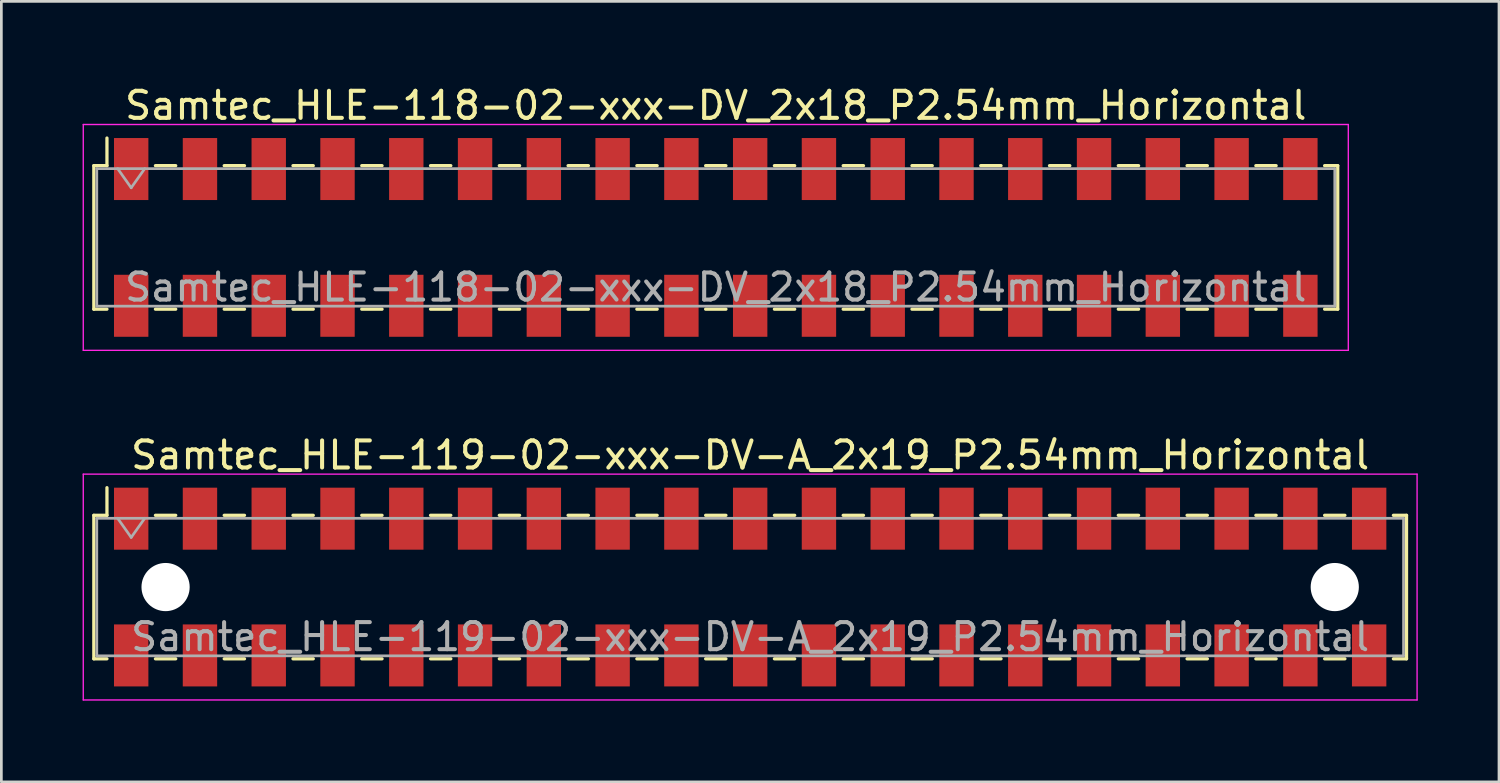
<source format=kicad_pcb>
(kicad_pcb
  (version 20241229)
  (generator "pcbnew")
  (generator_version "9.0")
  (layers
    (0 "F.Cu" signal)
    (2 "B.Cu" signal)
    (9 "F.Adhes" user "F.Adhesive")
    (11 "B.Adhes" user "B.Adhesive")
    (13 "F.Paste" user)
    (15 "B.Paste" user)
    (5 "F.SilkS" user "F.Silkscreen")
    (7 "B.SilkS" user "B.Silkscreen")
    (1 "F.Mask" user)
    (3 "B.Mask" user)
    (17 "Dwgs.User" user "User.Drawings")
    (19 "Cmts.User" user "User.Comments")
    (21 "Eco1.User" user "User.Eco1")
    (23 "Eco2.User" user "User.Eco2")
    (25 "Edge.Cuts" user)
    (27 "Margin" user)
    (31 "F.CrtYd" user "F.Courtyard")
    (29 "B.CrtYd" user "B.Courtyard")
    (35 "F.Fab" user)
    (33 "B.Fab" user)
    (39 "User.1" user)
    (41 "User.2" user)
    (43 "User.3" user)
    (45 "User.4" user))
  (footprint "Samtec_HLE-118-02-xxx-DV_2x18_P2.54mm_Horizontal"
    (layer "F.Cu")
    (at 23.385 5.718)
    (property "Reference" "Samtec_HLE-118-02-xxx-DV_2x18_P2.54mm_Horizontal" (at 0 -4.87 0) (layer "F.SilkS") (effects (font (size 1 1) (thickness 0.15))))
    (attr smd)
    (fp_line (start -22.97 -2.65) (end -22.97 2.65) (stroke (width 0.12) (type solid)) (layer "F.SilkS"))
    (fp_line (start -22.97 2.65) (end -22.485 2.65) (stroke (width 0.12) (type solid)) (layer "F.SilkS"))
    (fp_line (start -22.485 -3.67) (end -22.485 -2.65) (stroke (width 0.12) (type solid)) (layer "F.SilkS"))
    (fp_line (start -22.485 -2.65) (end -22.97 -2.65) (stroke (width 0.12) (type solid)) (layer "F.SilkS"))
    (fp_line (start -20.695 -2.65) (end -19.945 -2.65) (stroke (width 0.12) (type solid)) (layer "F.SilkS"))
    (fp_line (start -20.695 2.65) (end -19.945 2.65) (stroke (width 0.12) (type solid)) (layer "F.SilkS"))
    (fp_line (start -18.155 -2.65) (end -17.405 -2.65) (stroke (width 0.12) (type solid)) (layer "F.SilkS"))
    (fp_line (start -18.155 2.65) (end -17.405 2.65) (stroke (width 0.12) (type solid)) (layer "F.SilkS"))
    (fp_line (start -15.615 -2.65) (end -14.865 -2.65) (stroke (width 0.12) (type solid)) (layer "F.SilkS"))
    (fp_line (start -15.615 2.65) (end -14.865 2.65) (stroke (width 0.12) (type solid)) (layer "F.SilkS"))
    (fp_line (start -13.075 -2.65) (end -12.325 -2.65) (stroke (width 0.12) (type solid)) (layer "F.SilkS"))
    (fp_line (start -13.075 2.65) (end -12.325 2.65) (stroke (width 0.12) (type solid)) (layer "F.SilkS"))
    (fp_line (start -10.535 -2.65) (end -9.785 -2.65) (stroke (width 0.12) (type solid)) (layer "F.SilkS"))
    (fp_line (start -10.535 2.65) (end -9.785 2.65) (stroke (width 0.12) (type solid)) (layer "F.SilkS"))
    (fp_line (start -7.995 -2.65) (end -7.245 -2.65) (stroke (width 0.12) (type solid)) (layer "F.SilkS"))
    (fp_line (start -7.995 2.65) (end -7.245 2.65) (stroke (width 0.12) (type solid)) (layer "F.SilkS"))
    (fp_line (start -5.455 -2.65) (end -4.705 -2.65) (stroke (width 0.12) (type solid)) (layer "F.SilkS"))
    (fp_line (start -5.455 2.65) (end -4.705 2.65) (stroke (width 0.12) (type solid)) (layer "F.SilkS"))
    (fp_line (start -2.915 -2.65) (end -2.165 -2.65) (stroke (width 0.12) (type solid)) (layer "F.SilkS"))
    (fp_line (start -2.915 2.65) (end -2.165 2.65) (stroke (width 0.12) (type solid)) (layer "F.SilkS"))
    (fp_line (start -0.375 -2.65) (end 0.375 -2.65) (stroke (width 0.12) (type solid)) (layer "F.SilkS"))
    (fp_line (start -0.375 2.65) (end 0.375 2.65) (stroke (width 0.12) (type solid)) (layer "F.SilkS"))
    (fp_line (start 2.165 -2.65) (end 2.915 -2.65) (stroke (width 0.12) (type solid)) (layer "F.SilkS"))
    (fp_line (start 2.165 2.65) (end 2.915 2.65) (stroke (width 0.12) (type solid)) (layer "F.SilkS"))
    (fp_line (start 4.705 -2.65) (end 5.455 -2.65) (stroke (width 0.12) (type solid)) (layer "F.SilkS"))
    (fp_line (start 4.705 2.65) (end 5.455 2.65) (stroke (width 0.12) (type solid)) (layer "F.SilkS"))
    (fp_line (start 7.245 -2.65) (end 7.995 -2.65) (stroke (width 0.12) (type solid)) (layer "F.SilkS"))
    (fp_line (start 7.245 2.65) (end 7.995 2.65) (stroke (width 0.12) (type solid)) (layer "F.SilkS"))
    (fp_line (start 9.785 -2.65) (end 10.535 -2.65) (stroke (width 0.12) (type solid)) (layer "F.SilkS"))
    (fp_line (start 9.785 2.65) (end 10.535 2.65) (stroke (width 0.12) (type solid)) (layer "F.SilkS"))
    (fp_line (start 12.325 -2.65) (end 13.075 -2.65) (stroke (width 0.12) (type solid)) (layer "F.SilkS"))
    (fp_line (start 12.325 2.65) (end 13.075 2.65) (stroke (width 0.12) (type solid)) (layer "F.SilkS"))
    (fp_line (start 14.865 -2.65) (end 15.615 -2.65) (stroke (width 0.12) (type solid)) (layer "F.SilkS"))
    (fp_line (start 14.865 2.65) (end 15.615 2.65) (stroke (width 0.12) (type solid)) (layer "F.SilkS"))
    (fp_line (start 17.405 -2.65) (end 18.155 -2.65) (stroke (width 0.12) (type solid)) (layer "F.SilkS"))
    (fp_line (start 17.405 2.65) (end 18.155 2.65) (stroke (width 0.12) (type solid)) (layer "F.SilkS"))
    (fp_line (start 19.945 -2.65) (end 20.695 -2.65) (stroke (width 0.12) (type solid)) (layer "F.SilkS"))
    (fp_line (start 19.945 2.65) (end 20.695 2.65) (stroke (width 0.12) (type solid)) (layer "F.SilkS"))
    (fp_line (start 22.485 -2.65) (end 22.97 -2.65) (stroke (width 0.12) (type solid)) (layer "F.SilkS"))
    (fp_line (start 22.97 -2.65) (end 22.97 2.65) (stroke (width 0.12) (type solid)) (layer "F.SilkS"))
    (fp_line (start 22.97 2.65) (end 22.485 2.65) (stroke (width 0.12) (type solid)) (layer "F.SilkS"))
    (fp_line (start -23.36 -4.17) (end 23.36 -4.17) (stroke (width 0.05) (type solid)) (layer "F.CrtYd"))
    (fp_line (start -23.36 4.17) (end -23.36 -4.17) (stroke (width 0.05) (type solid)) (layer "F.CrtYd"))
    (fp_line (start 23.36 -4.17) (end 23.36 4.17) (stroke (width 0.05) (type solid)) (layer "F.CrtYd"))
    (fp_line (start 23.36 4.17) (end -23.36 4.17) (stroke (width 0.05) (type solid)) (layer "F.CrtYd"))
    (fp_line (start -22.86 -2.54) (end 22.86 -2.54) (stroke (width 0.1) (type solid)) (layer "F.Fab"))
    (fp_line (start -22.86 2.54) (end -22.86 -2.54) (stroke (width 0.1) (type solid)) (layer "F.Fab"))
    (fp_line (start -22.09 -2.54) (end -21.59 -1.833) (stroke (width 0.1) (type solid)) (layer "F.Fab"))
    (fp_line (start -21.59 -1.833) (end -21.09 -2.54) (stroke (width 0.1) (type solid)) (layer "F.Fab"))
    (fp_line (start 22.86 -2.54) (end 22.86 2.54) (stroke (width 0.1) (type solid)) (layer "F.Fab"))
    (fp_line (start 22.86 2.54) (end -22.86 2.54) (stroke (width 0.1) (type solid)) (layer "F.Fab"))
    (fp_text user "${REFERENCE}" (at 0 1.84 0) (layer "F.Fab") (effects (font (size 1 1) (thickness 0.15))))
    (pad "1" smd rect (at -21.59 -2.525) (size 1.27 2.29) (layers "F.Cu" "F.Mask" "F.Paste"))
    (pad "2" smd rect (at -21.59 2.525) (size 1.27 2.29) (layers "F.Cu" "F.Mask" "F.Paste"))
    (pad "3" smd rect (at -19.05 -2.525) (size 1.27 2.29) (layers "F.Cu" "F.Mask" "F.Paste"))
    (pad "4" smd rect (at -19.05 2.525) (size 1.27 2.29) (layers "F.Cu" "F.Mask" "F.Paste"))
    (pad "5" smd rect (at -16.51 -2.525) (size 1.27 2.29) (layers "F.Cu" "F.Mask" "F.Paste"))
    (pad "6" smd rect (at -16.51 2.525) (size 1.27 2.29) (layers "F.Cu" "F.Mask" "F.Paste"))
    (pad "7" smd rect (at -13.97 -2.525) (size 1.27 2.29) (layers "F.Cu" "F.Mask" "F.Paste"))
    (pad "8" smd rect (at -13.97 2.525) (size 1.27 2.29) (layers "F.Cu" "F.Mask" "F.Paste"))
    (pad "9" smd rect (at -11.43 -2.525) (size 1.27 2.29) (layers "F.Cu" "F.Mask" "F.Paste"))
    (pad "10" smd rect (at -11.43 2.525) (size 1.27 2.29) (layers "F.Cu" "F.Mask" "F.Paste"))
    (pad "11" smd rect (at -8.89 -2.525) (size 1.27 2.29) (layers "F.Cu" "F.Mask" "F.Paste"))
    (pad "12" smd rect (at -8.89 2.525) (size 1.27 2.29) (layers "F.Cu" "F.Mask" "F.Paste"))
    (pad "13" smd rect (at -6.35 -2.525) (size 1.27 2.29) (layers "F.Cu" "F.Mask" "F.Paste"))
    (pad "14" smd rect (at -6.35 2.525) (size 1.27 2.29) (layers "F.Cu" "F.Mask" "F.Paste"))
    (pad "15" smd rect (at -3.81 -2.525) (size 1.27 2.29) (layers "F.Cu" "F.Mask" "F.Paste"))
    (pad "16" smd rect (at -3.81 2.525) (size 1.27 2.29) (layers "F.Cu" "F.Mask" "F.Paste"))
    (pad "17" smd rect (at -1.27 -2.525) (size 1.27 2.29) (layers "F.Cu" "F.Mask" "F.Paste"))
    (pad "18" smd rect (at -1.27 2.525) (size 1.27 2.29) (layers "F.Cu" "F.Mask" "F.Paste"))
    (pad "19" smd rect (at 1.27 -2.525) (size 1.27 2.29) (layers "F.Cu" "F.Mask" "F.Paste"))
    (pad "20" smd rect (at 1.27 2.525) (size 1.27 2.29) (layers "F.Cu" "F.Mask" "F.Paste"))
    (pad "21" smd rect (at 3.81 -2.525) (size 1.27 2.29) (layers "F.Cu" "F.Mask" "F.Paste"))
    (pad "22" smd rect (at 3.81 2.525) (size 1.27 2.29) (layers "F.Cu" "F.Mask" "F.Paste"))
    (pad "23" smd rect (at 6.35 -2.525) (size 1.27 2.29) (layers "F.Cu" "F.Mask" "F.Paste"))
    (pad "24" smd rect (at 6.35 2.525) (size 1.27 2.29) (layers "F.Cu" "F.Mask" "F.Paste"))
    (pad "25" smd rect (at 8.89 -2.525) (size 1.27 2.29) (layers "F.Cu" "F.Mask" "F.Paste"))
    (pad "26" smd rect (at 8.89 2.525) (size 1.27 2.29) (layers "F.Cu" "F.Mask" "F.Paste"))
    (pad "27" smd rect (at 11.43 -2.525) (size 1.27 2.29) (layers "F.Cu" "F.Mask" "F.Paste"))
    (pad "28" smd rect (at 11.43 2.525) (size 1.27 2.29) (layers "F.Cu" "F.Mask" "F.Paste"))
    (pad "29" smd rect (at 13.97 -2.525) (size 1.27 2.29) (layers "F.Cu" "F.Mask" "F.Paste"))
    (pad "30" smd rect (at 13.97 2.525) (size 1.27 2.29) (layers "F.Cu" "F.Mask" "F.Paste"))
    (pad "31" smd rect (at 16.51 -2.525) (size 1.27 2.29) (layers "F.Cu" "F.Mask" "F.Paste"))
    (pad "32" smd rect (at 16.51 2.525) (size 1.27 2.29) (layers "F.Cu" "F.Mask" "F.Paste"))
    (pad "33" smd rect (at 19.05 -2.525) (size 1.27 2.29) (layers "F.Cu" "F.Mask" "F.Paste"))
    (pad "34" smd rect (at 19.05 2.525) (size 1.27 2.29) (layers "F.Cu" "F.Mask" "F.Paste"))
    (pad "35" smd rect (at 21.59 -2.525) (size 1.27 2.29) (layers "F.Cu" "F.Mask" "F.Paste"))
    (pad "36" smd rect (at 21.59 2.525) (size 1.27 2.29) (layers "F.Cu" "F.Mask" "F.Paste")))
  (footprint "Samtec_HLE-119-02-xxx-DV-A_2x19_P2.54mm_Horizontal"
    (layer "F.Cu")
    (at 24.655 18.631)
    (property "Reference" "Samtec_HLE-119-02-xxx-DV-A_2x19_P2.54mm_Horizontal" (at 0 -4.87 0) (layer "F.SilkS") (effects (font (size 1 1) (thickness 0.15))))
    (attr smd)
    (fp_line (start -24.24 -2.65) (end -24.24 2.65) (stroke (width 0.12) (type solid)) (layer "F.SilkS"))
    (fp_line (start -24.24 2.65) (end -23.755 2.65) (stroke (width 0.12) (type solid)) (layer "F.SilkS"))
    (fp_line (start -23.755 -3.67) (end -23.755 -2.65) (stroke (width 0.12) (type solid)) (layer "F.SilkS"))
    (fp_line (start -23.755 -2.65) (end -24.24 -2.65) (stroke (width 0.12) (type solid)) (layer "F.SilkS"))
    (fp_line (start -21.965 -2.65) (end -21.215 -2.65) (stroke (width 0.12) (type solid)) (layer "F.SilkS"))
    (fp_line (start -21.965 2.65) (end -21.215 2.65) (stroke (width 0.12) (type solid)) (layer "F.SilkS"))
    (fp_line (start -19.425 -2.65) (end -18.675 -2.65) (stroke (width 0.12) (type solid)) (layer "F.SilkS"))
    (fp_line (start -19.425 2.65) (end -18.675 2.65) (stroke (width 0.12) (type solid)) (layer "F.SilkS"))
    (fp_line (start -16.885 -2.65) (end -16.135 -2.65) (stroke (width 0.12) (type solid)) (layer "F.SilkS"))
    (fp_line (start -16.885 2.65) (end -16.135 2.65) (stroke (width 0.12) (type solid)) (layer "F.SilkS"))
    (fp_line (start -14.345 -2.65) (end -13.595 -2.65) (stroke (width 0.12) (type solid)) (layer "F.SilkS"))
    (fp_line (start -14.345 2.65) (end -13.595 2.65) (stroke (width 0.12) (type solid)) (layer "F.SilkS"))
    (fp_line (start -11.805 -2.65) (end -11.055 -2.65) (stroke (width 0.12) (type solid)) (layer "F.SilkS"))
    (fp_line (start -11.805 2.65) (end -11.055 2.65) (stroke (width 0.12) (type solid)) (layer "F.SilkS"))
    (fp_line (start -9.265 -2.65) (end -8.515 -2.65) (stroke (width 0.12) (type solid)) (layer "F.SilkS"))
    (fp_line (start -9.265 2.65) (end -8.515 2.65) (stroke (width 0.12) (type solid)) (layer "F.SilkS"))
    (fp_line (start -6.725 -2.65) (end -5.975 -2.65) (stroke (width 0.12) (type solid)) (layer "F.SilkS"))
    (fp_line (start -6.725 2.65) (end -5.975 2.65) (stroke (width 0.12) (type solid)) (layer "F.SilkS"))
    (fp_line (start -4.185 -2.65) (end -3.435 -2.65) (stroke (width 0.12) (type solid)) (layer "F.SilkS"))
    (fp_line (start -4.185 2.65) (end -3.435 2.65) (stroke (width 0.12) (type solid)) (layer "F.SilkS"))
    (fp_line (start -1.645 -2.65) (end -0.895 -2.65) (stroke (width 0.12) (type solid)) (layer "F.SilkS"))
    (fp_line (start -1.645 2.65) (end -0.895 2.65) (stroke (width 0.12) (type solid)) (layer "F.SilkS"))
    (fp_line (start 0.895 -2.65) (end 1.645 -2.65) (stroke (width 0.12) (type solid)) (layer "F.SilkS"))
    (fp_line (start 0.895 2.65) (end 1.645 2.65) (stroke (width 0.12) (type solid)) (layer "F.SilkS"))
    (fp_line (start 3.435 -2.65) (end 4.185 -2.65) (stroke (width 0.12) (type solid)) (layer "F.SilkS"))
    (fp_line (start 3.435 2.65) (end 4.185 2.65) (stroke (width 0.12) (type solid)) (layer "F.SilkS"))
    (fp_line (start 5.975 -2.65) (end 6.725 -2.65) (stroke (width 0.12) (type solid)) (layer "F.SilkS"))
    (fp_line (start 5.975 2.65) (end 6.725 2.65) (stroke (width 0.12) (type solid)) (layer "F.SilkS"))
    (fp_line (start 8.515 -2.65) (end 9.265 -2.65) (stroke (width 0.12) (type solid)) (layer "F.SilkS"))
    (fp_line (start 8.515 2.65) (end 9.265 2.65) (stroke (width 0.12) (type solid)) (layer "F.SilkS"))
    (fp_line (start 11.055 -2.65) (end 11.805 -2.65) (stroke (width 0.12) (type solid)) (layer "F.SilkS"))
    (fp_line (start 11.055 2.65) (end 11.805 2.65) (stroke (width 0.12) (type solid)) (layer "F.SilkS"))
    (fp_line (start 13.595 -2.65) (end 14.345 -2.65) (stroke (width 0.12) (type solid)) (layer "F.SilkS"))
    (fp_line (start 13.595 2.65) (end 14.345 2.65) (stroke (width 0.12) (type solid)) (layer "F.SilkS"))
    (fp_line (start 16.135 -2.65) (end 16.885 -2.65) (stroke (width 0.12) (type solid)) (layer "F.SilkS"))
    (fp_line (start 16.135 2.65) (end 16.885 2.65) (stroke (width 0.12) (type solid)) (layer "F.SilkS"))
    (fp_line (start 18.675 -2.65) (end 19.425 -2.65) (stroke (width 0.12) (type solid)) (layer "F.SilkS"))
    (fp_line (start 18.675 2.65) (end 19.425 2.65) (stroke (width 0.12) (type solid)) (layer "F.SilkS"))
    (fp_line (start 21.215 -2.65) (end 21.965 -2.65) (stroke (width 0.12) (type solid)) (layer "F.SilkS"))
    (fp_line (start 21.215 2.65) (end 21.965 2.65) (stroke (width 0.12) (type solid)) (layer "F.SilkS"))
    (fp_line (start 23.755 -2.65) (end 24.24 -2.65) (stroke (width 0.12) (type solid)) (layer "F.SilkS"))
    (fp_line (start 24.24 -2.65) (end 24.24 2.65) (stroke (width 0.12) (type solid)) (layer "F.SilkS"))
    (fp_line (start 24.24 2.65) (end 23.755 2.65) (stroke (width 0.12) (type solid)) (layer "F.SilkS"))
    (fp_line (start -24.63 -4.17) (end 24.63 -4.17) (stroke (width 0.05) (type solid)) (layer "F.CrtYd"))
    (fp_line (start -24.63 4.17) (end -24.63 -4.17) (stroke (width 0.05) (type solid)) (layer "F.CrtYd"))
    (fp_line (start 24.63 -4.17) (end 24.63 4.17) (stroke (width 0.05) (type solid)) (layer "F.CrtYd"))
    (fp_line (start 24.63 4.17) (end -24.63 4.17) (stroke (width 0.05) (type solid)) (layer "F.CrtYd"))
    (fp_line (start -24.13 -2.54) (end 24.13 -2.54) (stroke (width 0.1) (type solid)) (layer "F.Fab"))
    (fp_line (start -24.13 2.54) (end -24.13 -2.54) (stroke (width 0.1) (type solid)) (layer "F.Fab"))
    (fp_line (start -23.36 -2.54) (end -22.86 -1.833) (stroke (width 0.1) (type solid)) (layer "F.Fab"))
    (fp_line (start -22.86 -1.833) (end -22.36 -2.54) (stroke (width 0.1) (type solid)) (layer "F.Fab"))
    (fp_line (start 24.13 -2.54) (end 24.13 2.54) (stroke (width 0.1) (type solid)) (layer "F.Fab"))
    (fp_line (start 24.13 2.54) (end -24.13 2.54) (stroke (width 0.1) (type solid)) (layer "F.Fab"))
    (fp_text user "${REFERENCE}" (at 0 1.84 0) (layer "F.Fab") (effects (font (size 1 1) (thickness 0.15))))
    (pad "" np_thru_hole circle (at -21.59 0) (size 1.78 1.78) (drill 1.78) (layers "*.Cu" "*.Mask"))
    (pad "" np_thru_hole circle (at 21.59 0) (size 1.78 1.78) (drill 1.78) (layers "*.Cu" "*.Mask"))
    (pad "1" smd rect (at -22.86 -2.525) (size 1.27 2.29) (layers "F.Cu" "F.Mask" "F.Paste"))
    (pad "2" smd rect (at -22.86 2.525) (size 1.27 2.29) (layers "F.Cu" "F.Mask" "F.Paste"))
    (pad "3" smd rect (at -20.32 -2.525) (size 1.27 2.29) (layers "F.Cu" "F.Mask" "F.Paste"))
    (pad "4" smd rect (at -20.32 2.525) (size 1.27 2.29) (layers "F.Cu" "F.Mask" "F.Paste"))
    (pad "5" smd rect (at -17.78 -2.525) (size 1.27 2.29) (layers "F.Cu" "F.Mask" "F.Paste"))
    (pad "6" smd rect (at -17.78 2.525) (size 1.27 2.29) (layers "F.Cu" "F.Mask" "F.Paste"))
    (pad "7" smd rect (at -15.24 -2.525) (size 1.27 2.29) (layers "F.Cu" "F.Mask" "F.Paste"))
    (pad "8" smd rect (at -15.24 2.525) (size 1.27 2.29) (layers "F.Cu" "F.Mask" "F.Paste"))
    (pad "9" smd rect (at -12.7 -2.525) (size 1.27 2.29) (layers "F.Cu" "F.Mask" "F.Paste"))
    (pad "10" smd rect (at -12.7 2.525) (size 1.27 2.29) (layers "F.Cu" "F.Mask" "F.Paste"))
    (pad "11" smd rect (at -10.16 -2.525) (size 1.27 2.29) (layers "F.Cu" "F.Mask" "F.Paste"))
    (pad "12" smd rect (at -10.16 2.525) (size 1.27 2.29) (layers "F.Cu" "F.Mask" "F.Paste"))
    (pad "13" smd rect (at -7.62 -2.525) (size 1.27 2.29) (layers "F.Cu" "F.Mask" "F.Paste"))
    (pad "14" smd rect (at -7.62 2.525) (size 1.27 2.29) (layers "F.Cu" "F.Mask" "F.Paste"))
    (pad "15" smd rect (at -5.08 -2.525) (size 1.27 2.29) (layers "F.Cu" "F.Mask" "F.Paste"))
    (pad "16" smd rect (at -5.08 2.525) (size 1.27 2.29) (layers "F.Cu" "F.Mask" "F.Paste"))
    (pad "17" smd rect (at -2.54 -2.525) (size 1.27 2.29) (layers "F.Cu" "F.Mask" "F.Paste"))
    (pad "18" smd rect (at -2.54 2.525) (size 1.27 2.29) (layers "F.Cu" "F.Mask" "F.Paste"))
    (pad "19" smd rect (at 0 -2.525) (size 1.27 2.29) (layers "F.Cu" "F.Mask" "F.Paste"))
    (pad "20" smd rect (at 0 2.525) (size 1.27 2.29) (layers "F.Cu" "F.Mask" "F.Paste"))
    (pad "21" smd rect (at 2.54 -2.525) (size 1.27 2.29) (layers "F.Cu" "F.Mask" "F.Paste"))
    (pad "22" smd rect (at 2.54 2.525) (size 1.27 2.29) (layers "F.Cu" "F.Mask" "F.Paste"))
    (pad "23" smd rect (at 5.08 -2.525) (size 1.27 2.29) (layers "F.Cu" "F.Mask" "F.Paste"))
    (pad "24" smd rect (at 5.08 2.525) (size 1.27 2.29) (layers "F.Cu" "F.Mask" "F.Paste"))
    (pad "25" smd rect (at 7.62 -2.525) (size 1.27 2.29) (layers "F.Cu" "F.Mask" "F.Paste"))
    (pad "26" smd rect (at 7.62 2.525) (size 1.27 2.29) (layers "F.Cu" "F.Mask" "F.Paste"))
    (pad "27" smd rect (at 10.16 -2.525) (size 1.27 2.29) (layers "F.Cu" "F.Mask" "F.Paste"))
    (pad "28" smd rect (at 10.16 2.525) (size 1.27 2.29) (layers "F.Cu" "F.Mask" "F.Paste"))
    (pad "29" smd rect (at 12.7 -2.525) (size 1.27 2.29) (layers "F.Cu" "F.Mask" "F.Paste"))
    (pad "30" smd rect (at 12.7 2.525) (size 1.27 2.29) (layers "F.Cu" "F.Mask" "F.Paste"))
    (pad "31" smd rect (at 15.24 -2.525) (size 1.27 2.29) (layers "F.Cu" "F.Mask" "F.Paste"))
    (pad "32" smd rect (at 15.24 2.525) (size 1.27 2.29) (layers "F.Cu" "F.Mask" "F.Paste"))
    (pad "33" smd rect (at 17.78 -2.525) (size 1.27 2.29) (layers "F.Cu" "F.Mask" "F.Paste"))
    (pad "34" smd rect (at 17.78 2.525) (size 1.27 2.29) (layers "F.Cu" "F.Mask" "F.Paste"))
    (pad "35" smd rect (at 20.32 -2.525) (size 1.27 2.29) (layers "F.Cu" "F.Mask" "F.Paste"))
    (pad "36" smd rect (at 20.32 2.525) (size 1.27 2.29) (layers "F.Cu" "F.Mask" "F.Paste"))
    (pad "37" smd rect (at 22.86 -2.525) (size 1.27 2.29) (layers "F.Cu" "F.Mask" "F.Paste"))
    (pad "38" smd rect (at 22.86 2.525) (size 1.27 2.29) (layers "F.Cu" "F.Mask" "F.Paste")))
  (gr_rect
    (start -3 -3)
    (end 52.31 25.826)
    (stroke (width 0.1) (type default))
    (fill no)
    (layer "Edge.Cuts")))
</source>
